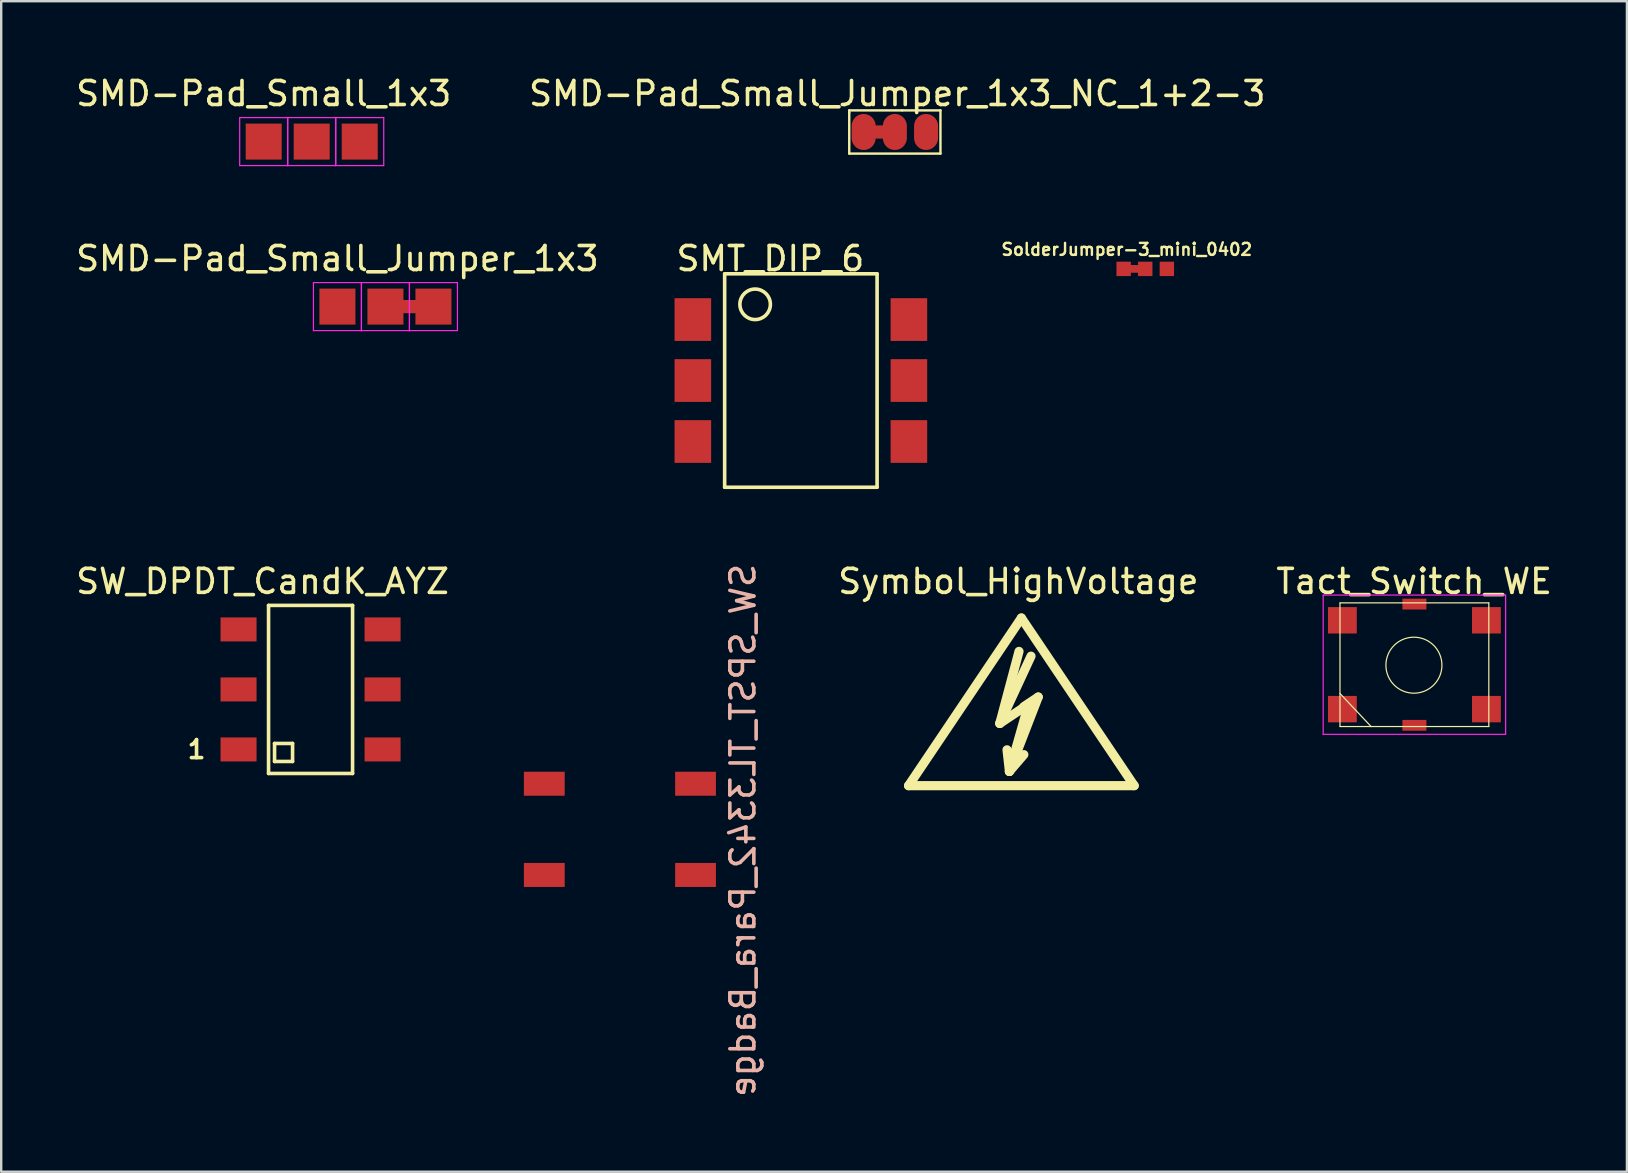
<source format=kicad_pcb>
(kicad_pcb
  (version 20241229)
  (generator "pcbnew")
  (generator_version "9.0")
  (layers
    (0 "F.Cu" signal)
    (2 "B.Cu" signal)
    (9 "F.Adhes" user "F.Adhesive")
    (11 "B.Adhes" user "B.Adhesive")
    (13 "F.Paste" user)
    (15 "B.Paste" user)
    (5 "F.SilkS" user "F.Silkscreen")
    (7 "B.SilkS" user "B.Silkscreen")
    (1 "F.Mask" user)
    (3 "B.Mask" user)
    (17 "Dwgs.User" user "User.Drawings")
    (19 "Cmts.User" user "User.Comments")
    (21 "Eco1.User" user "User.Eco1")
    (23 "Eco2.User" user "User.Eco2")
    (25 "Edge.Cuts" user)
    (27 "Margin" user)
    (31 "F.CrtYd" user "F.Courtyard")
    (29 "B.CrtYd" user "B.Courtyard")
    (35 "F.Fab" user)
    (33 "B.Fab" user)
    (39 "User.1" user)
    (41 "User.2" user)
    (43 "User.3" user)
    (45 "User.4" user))
  (footprint "SolderJumper-3_mini_0402"
    (layer "F.Cu")
    (at 44.658 8.151)
    (property "Reference" "SolderJumper-3_mini_0402" (at -0.77 -0.81 0) (layer "F.SilkS") (effects (font (size 0.5 0.5) (thickness 0.1))))
    (attr exclude_from_pos_files exclude_from_bom)
    (fp_poly (pts (xy -0.68 -0.16) (xy -0.18 -0.16) (xy -0.18 0.16) (xy -0.68 0.16)) (stroke (width 0) (type solid)) (fill yes) (layer "F.Cu"))
    (pad "1" smd rect (at -0.9 0) (size 0.6 0.6) (layers "F.Cu" "F.Mask"))
    (pad "2" smd rect (at 0 0) (size 0.6 0.6) (layers "F.Cu" "F.Mask"))
    (pad "3" smd rect (at 0.9 0) (size 0.6 0.6) (layers "F.Cu" "F.Mask")))
  (footprint "SW_DPDT_CandK_AYZ"
    (layer "F.Cu")
    (at 9.887 29.17)
    (property "Reference" "SW_DPDT_CandK_AYZ" (at -2 -8 0) (layer "F.SilkS") (effects (font (size 1 1) (thickness 0.15))))
    (attr through_hole)
    (fp_line (start -1.75 -7) (end 1.75 -7) (stroke (width 0.15) (type solid)) (layer "F.SilkS"))
    (fp_line (start -1.75 0) (end -1.75 -7) (stroke (width 0.15) (type solid)) (layer "F.SilkS"))
    (fp_line (start -1.5 -1.25) (end -0.75 -1.25) (stroke (width 0.15) (type solid)) (layer "F.SilkS"))
    (fp_line (start -1.5 -0.5) (end -1.5 -1.25) (stroke (width 0.15) (type solid)) (layer "F.SilkS"))
    (fp_line (start -0.75 -1.25) (end -0.75 -0.5) (stroke (width 0.15) (type solid)) (layer "F.SilkS"))
    (fp_line (start -0.75 -0.5) (end -1.5 -0.5) (stroke (width 0.15) (type solid)) (layer "F.SilkS"))
    (fp_line (start 1.75 -7) (end 1.75 0) (stroke (width 0.15) (type solid)) (layer "F.SilkS"))
    (fp_line (start 1.75 0) (end -1.75 0) (stroke (width 0.15) (type solid)) (layer "F.SilkS"))
    (fp_text user "1" (at -4.75 -1 0) (layer "F.SilkS") (effects (font (size 0.75 0.75) (thickness 0.15))))
    (pad "1" smd rect (at -3 -1) (size 1.5 1) (layers "F.Cu" "F.Mask" "F.Paste"))
    (pad "2" smd rect (at -3 -3.5) (size 1.5 1) (layers "F.Cu" "F.Mask" "F.Paste"))
    (pad "3" smd rect (at -3 -6) (size 1.5 1) (layers "F.Cu" "F.Mask" "F.Paste"))
    (pad "4" smd rect (at 3 -1) (size 1.5 1) (layers "F.Cu" "F.Mask" "F.Paste"))
    (pad "5" smd rect (at 3 -3.5) (size 1.5 1) (layers "F.Cu" "F.Mask" "F.Paste"))
    (pad "6" smd rect (at 3 -6) (size 1.5 1) (layers "F.Cu" "F.Mask" "F.Paste")))
  (footprint "SMT_DIP_6"
    (layer "F.Cu")
    (at 30.312 12.802)
    (property "Reference" "SMT_DIP_6" (at -1.27 -5.08 0) (layer "F.SilkS") (effects (font (size 1 1) (thickness 0.15))))
    (attr through_hole)
    (fp_line (start -3.175 -4.445) (end 3.175 -4.445) (stroke (width 0.15) (type solid)) (layer "F.SilkS"))
    (fp_line (start -3.175 4.445) (end -3.175 -4.445) (stroke (width 0.15) (type solid)) (layer "F.SilkS"))
    (fp_line (start 3.175 -4.445) (end 3.175 4.445) (stroke (width 0.15) (type solid)) (layer "F.SilkS"))
    (fp_line (start 3.175 4.445) (end -3.175 4.445) (stroke (width 0.15) (type solid)) (layer "F.SilkS"))
    (fp_circle (center -1.905 -3.175) (end -1.27 -3.175) (stroke (width 0.15) (type solid)) (fill no) (layer "F.SilkS"))
    (pad "1" smd rect (at -4.5 -2.54) (size 1.524 1.78) (layers "F.Cu" "F.Mask" "F.Paste"))
    (pad "2" smd rect (at -4.5 0) (size 1.524 1.78) (layers "F.Cu" "F.Mask" "F.Paste"))
    (pad "3" smd rect (at -4.5 2.54) (size 1.524 1.78) (layers "F.Cu" "F.Mask" "F.Paste"))
    (pad "4" smd rect (at 4.5 2.54) (size 1.524 1.78) (layers "F.Cu" "F.Mask" "F.Paste"))
    (pad "5" smd rect (at 4.5 0) (size 1.524 1.78) (layers "F.Cu" "F.Mask" "F.Paste"))
    (pad "6" smd rect (at 4.5 -2.54) (size 1.524 1.78) (layers "F.Cu" "F.Mask" "F.Paste")))
  (footprint "Symbol_HighVoltage"
    (layer "F.Cu")
    (at 39.498 26.885)
    (property "Reference" "Symbol_HighVoltage" (at -0.127 -5.715 0) (layer "F.SilkS") (effects (font (size 1 1) (thickness 0.15))))
    (attr through_hole)
    (fp_line (start -4.699 2.794) (end 0 -4.191) (stroke (width 0.381) (type solid)) (layer "F.SilkS"))
    (fp_line (start -0.899 0.201) (end 0.3 -0.599) (stroke (width 0.381) (type solid)) (layer "F.SilkS"))
    (fp_line (start -0.899 0.201) (end 0.401 -2.601) (stroke (width 0.381) (type solid)) (layer "F.SilkS"))
    (fp_line (start -0.498 2.2) (end -0.599 1.3) (stroke (width 0.381) (type solid)) (layer "F.SilkS"))
    (fp_line (start -0.498 2.2) (end 0.102 1.501) (stroke (width 0.381) (type solid)) (layer "F.SilkS"))
    (fp_line (start -0.498 2.2) (end 0.701 -0.899) (stroke (width 0.381) (type solid)) (layer "F.SilkS"))
    (fp_line (start -0.099 -2.799) (end -0.899 0.201) (stroke (width 0.381) (type solid)) (layer "F.SilkS"))
    (fp_line (start 0 -4.191) (end 4.699 2.794) (stroke (width 0.381) (type solid)) (layer "F.SilkS"))
    (fp_line (start 0.3 -0.599) (end -0.498 2.2) (stroke (width 0.381) (type solid)) (layer "F.SilkS"))
    (fp_line (start 0.701 -0.899) (end 0.102 -0.5) (stroke (width 0.381) (type solid)) (layer "F.SilkS"))
    (fp_line (start 4.699 2.794) (end -4.699 2.794) (stroke (width 0.381) (type solid)) (layer "F.SilkS")))
  (footprint "Tact_Switch_WE"
    (layer "F.Cu")
    (at 55.87 24.64)
    (property "Reference" "Tact_Switch_WE" (at -0.01 -3.47 0) (layer "F.SilkS") (effects (font (size 1 1) (thickness 0.15))))
    (attr through_hole)
    (fp_line (start -3.1 -2.575) (end -3.1 2.575) (stroke (width 0.05) (type solid)) (layer "F.SilkS"))
    (fp_line (start -3.1 1.2) (end -1.8 2.58) (stroke (width 0.05) (type solid)) (layer "F.SilkS"))
    (fp_line (start -3.1 2.575) (end 3.1 2.575) (stroke (width 0.05) (type solid)) (layer "F.SilkS"))
    (fp_line (start 3.1 -2.575) (end -3.1 -2.575) (stroke (width 0.05) (type solid)) (layer "F.SilkS"))
    (fp_line (start 3.1 2.575) (end 3.1 -2.575) (stroke (width 0.05) (type solid)) (layer "F.SilkS"))
    (fp_circle (center -0.02 0.02) (end 0.71 0.93) (stroke (width 0.05) (type solid)) (fill no) (layer "F.SilkS"))
    (fp_line (start -3.8 -2.9) (end -3.8 2.9) (stroke (width 0.05) (type solid)) (layer "F.CrtYd"))
    (fp_line (start -3.8 2.9) (end 3.8 2.9) (stroke (width 0.05) (type solid)) (layer "F.CrtYd"))
    (fp_line (start 3.8 -2.9) (end -3.8 -2.9) (stroke (width 0.05) (type solid)) (layer "F.CrtYd"))
    (fp_line (start 3.8 2.9) (end 3.8 -2.9) (stroke (width 0.05) (type solid)) (layer "F.CrtYd"))
    (pad "1" smd rect (at -3 1.85 90) (size 1.1 1.2) (layers "F.Cu" "F.Mask" "F.Paste"))
    (pad "2" smd rect (at -3 -1.85 90) (size 1.1 1.2) (layers "F.Cu" "F.Mask" "F.Paste"))
    (pad "3" smd rect (at 3 1.85 90) (size 1.1 1.2) (layers "F.Cu" "F.Mask" "F.Paste"))
    (pad "4" smd rect (at 3 -1.85 90) (size 1.1 1.2) (layers "F.Cu" "F.Mask" "F.Paste"))
    (pad "5" smd rect (at 0 2.525) (size 1 0.45) (layers "F.Cu" "F.Mask" "F.Paste"))
    (pad "6" smd rect (at 0 -2.525) (size 1 0.45) (layers "F.Cu" "F.Mask" "F.Paste")))
  (footprint "SMD-Pad_Small_Jumper_1x3_NC_1+2-3"
    (layer "F.Cu")
    (at 32.927 2.448)
    (property "Reference" "SMD-Pad_Small_Jumper_1x3_NC_1+2-3" (at 1.4 -1.6 0) (layer "F.SilkS") (effects (font (size 1 1) (thickness 0.15))))
    (attr exclude_from_pos_files exclude_from_bom)
    (fp_poly (pts (xy 0.3 -0.2) (xy 1 -0.2) (xy 1 0.2) (xy 0.3 0.2)) (stroke (width 0.15) (type solid)) (fill yes) (layer "F.Cu"))
    (fp_line (start -0.6 -0.9) (end 1.6 -0.9) (stroke (width 0.1) (type solid)) (layer "F.SilkS"))
    (fp_line (start -0.6 -0.8) (end -0.6 -0.9) (stroke (width 0.1) (type solid)) (layer "F.SilkS"))
    (fp_line (start -0.6 0.9) (end -0.6 -0.8) (stroke (width 0.1) (type solid)) (layer "F.SilkS"))
    (fp_line (start 1.6 -0.9) (end 3.2 -0.9) (stroke (width 0.1) (type solid)) (layer "F.SilkS"))
    (fp_line (start 3.2 -0.9) (end 3.2 0.9) (stroke (width 0.1) (type solid)) (layer "F.SilkS"))
    (fp_line (start 3.2 0.9) (end -0.6 0.9) (stroke (width 0.1) (type solid)) (layer "F.SilkS"))
    (pad "1" smd oval (at 0 0) (size 1 1.5) (layers "F.Cu" "F.Mask"))
    (pad "2" smd oval (at 1.3 0) (size 1 1.5) (layers "F.Cu" "F.Mask"))
    (pad "3" smd oval (at 2.6 0) (size 1 1.5) (layers "F.Cu" "F.Mask")))
  (footprint "SMD-Pad_Small_Jumper_1x3"
    (layer "F.Cu")
    (at 11.006 9.722)
    (property "Reference" "SMD-Pad_Small_Jumper_1x3" (at 0 -2 0) (layer "F.SilkS") (effects (font (size 1 1) (thickness 0.15))))
    (attr exclude_from_pos_files exclude_from_bom)
    (fp_poly (pts (xy 2.7 -0.2) (xy 3.4 -0.2) (xy 3.4 0.2) (xy 2.7 0.2)) (stroke (width 0.15) (type solid)) (fill yes) (layer "F.Cu"))
    (fp_line (start -1 -1) (end 1 -1) (stroke (width 0.05) (type solid)) (layer "F.CrtYd"))
    (fp_line (start -1 1) (end -1 -1) (stroke (width 0.05) (type solid)) (layer "F.CrtYd"))
    (fp_line (start 1 -1) (end 1 1) (stroke (width 0.05) (type solid)) (layer "F.CrtYd"))
    (fp_line (start 1 -1) (end 3 -1) (stroke (width 0.05) (type solid)) (layer "F.CrtYd"))
    (fp_line (start 1 1) (end -1 1) (stroke (width 0.05) (type solid)) (layer "F.CrtYd"))
    (fp_line (start 1 1) (end 1 -1) (stroke (width 0.05) (type solid)) (layer "F.CrtYd"))
    (fp_line (start 3 -1) (end 3 1) (stroke (width 0.05) (type solid)) (layer "F.CrtYd"))
    (fp_line (start 3 -1) (end 5 -1) (stroke (width 0.05) (type solid)) (layer "F.CrtYd"))
    (fp_line (start 3 1) (end 1 1) (stroke (width 0.05) (type solid)) (layer "F.CrtYd"))
    (fp_line (start 3 1) (end 3 -1) (stroke (width 0.05) (type solid)) (layer "F.CrtYd"))
    (fp_line (start 5 -1) (end 5 1) (stroke (width 0.05) (type solid)) (layer "F.CrtYd"))
    (fp_line (start 5 1) (end 3 1) (stroke (width 0.05) (type solid)) (layer "F.CrtYd"))
    (pad "1" smd rect (at 0 0) (size 1.5 1.5) (layers "F.Cu" "F.Mask"))
    (pad "2" smd rect (at 2 0) (size 1.5 1.5) (layers "F.Cu" "F.Mask"))
    (pad "3" smd rect (at 4 0) (size 1.5 1.5) (layers "F.Cu" "F.Mask")))
  (footprint "SW_SPST_TL3342_Para_Badge"
    (layer "F.Cu")
    (at 22.774 33.898)
    (property "Reference" "SW_SPST_TL3342_Para_Badge" (at 5.124 -2.356 90) (layer "B.SilkS") (effects (font (size 1 1) (thickness 0.15)) (justify mirror)))
    (attr through_hole)
    (pad "1" smd rect (at -3.15 -0.5) (size 1.7 1) (layers "F.Cu" "F.Mask" "F.Paste"))
    (pad "2" smd rect (at 3.15 -0.5) (size 1.7 1) (layers "F.Cu" "F.Mask" "F.Paste"))
    (pad "3" smd rect (at -3.15 -4.3) (size 1.7 1) (layers "F.Cu" "F.Mask" "F.Paste"))
    (pad "4" smd rect (at 3.15 -4.3) (size 1.7 1) (layers "F.Cu" "F.Mask" "F.Paste")))
  (footprint "SMD-Pad_Small_1x3"
    (layer "F.Cu")
    (at 7.935 2.848)
    (property "Reference" "SMD-Pad_Small_1x3" (at 0 -2 0) (layer "F.SilkS") (effects (font (size 1 1) (thickness 0.15))))
    (attr exclude_from_pos_files exclude_from_bom)
    (fp_line (start -1 -1) (end 1 -1) (stroke (width 0.05) (type solid)) (layer "F.CrtYd"))
    (fp_line (start -1 1) (end -1 -1) (stroke (width 0.05) (type solid)) (layer "F.CrtYd"))
    (fp_line (start 1 -1) (end 1 1) (stroke (width 0.05) (type solid)) (layer "F.CrtYd"))
    (fp_line (start 1 -1) (end 3 -1) (stroke (width 0.05) (type solid)) (layer "F.CrtYd"))
    (fp_line (start 1 1) (end -1 1) (stroke (width 0.05) (type solid)) (layer "F.CrtYd"))
    (fp_line (start 1 1) (end 1 -1) (stroke (width 0.05) (type solid)) (layer "F.CrtYd"))
    (fp_line (start 3 -1) (end 3 1) (stroke (width 0.05) (type solid)) (layer "F.CrtYd"))
    (fp_line (start 3 -1) (end 5 -1) (stroke (width 0.05) (type solid)) (layer "F.CrtYd"))
    (fp_line (start 3 1) (end 1 1) (stroke (width 0.05) (type solid)) (layer "F.CrtYd"))
    (fp_line (start 3 1) (end 3 -1) (stroke (width 0.05) (type solid)) (layer "F.CrtYd"))
    (fp_line (start 5 -1) (end 5 1) (stroke (width 0.05) (type solid)) (layer "F.CrtYd"))
    (fp_line (start 5 1) (end 3 1) (stroke (width 0.05) (type solid)) (layer "F.CrtYd"))
    (pad "1" smd rect (at 0 0) (size 1.5 1.5) (layers "F.Cu" "F.Mask"))
    (pad "2" smd rect (at 2 0) (size 1.5 1.5) (layers "F.Cu" "F.Mask"))
    (pad "3" smd rect (at 4 0) (size 1.5 1.5) (layers "F.Cu" "F.Mask")))
  (gr_rect
    (start -3 -3)
    (end 64.723 45.762)
    (stroke (width 0.1) (type default))
    (fill no)
    (layer "Edge.Cuts")))
</source>
